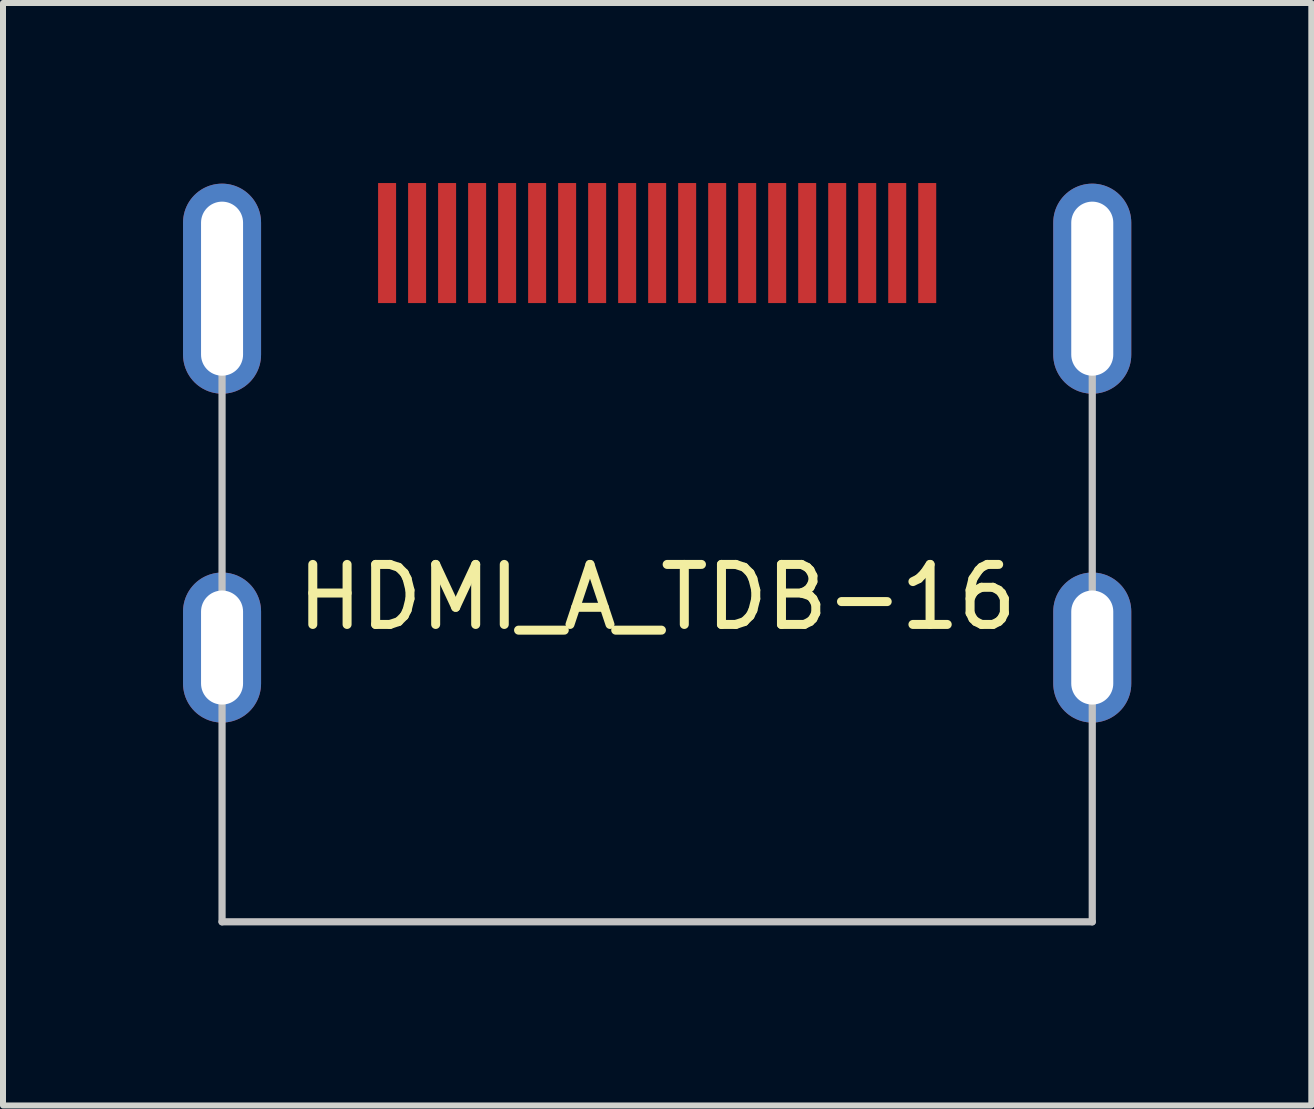
<source format=kicad_pcb>
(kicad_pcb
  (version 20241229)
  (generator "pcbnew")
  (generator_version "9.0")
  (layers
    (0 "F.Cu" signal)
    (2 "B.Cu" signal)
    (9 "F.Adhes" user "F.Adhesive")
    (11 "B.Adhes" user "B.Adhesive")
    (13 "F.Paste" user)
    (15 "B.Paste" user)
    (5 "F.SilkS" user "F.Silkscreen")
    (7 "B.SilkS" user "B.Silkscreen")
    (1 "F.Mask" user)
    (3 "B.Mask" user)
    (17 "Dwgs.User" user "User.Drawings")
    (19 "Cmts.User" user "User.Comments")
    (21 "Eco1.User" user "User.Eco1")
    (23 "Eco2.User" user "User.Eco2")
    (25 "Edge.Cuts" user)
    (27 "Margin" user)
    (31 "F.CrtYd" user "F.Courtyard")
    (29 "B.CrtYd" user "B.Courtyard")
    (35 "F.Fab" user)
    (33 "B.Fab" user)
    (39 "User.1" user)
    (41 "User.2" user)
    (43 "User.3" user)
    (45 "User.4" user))
  (footprint "HDMI_A_TDB-16"
    (layer "F.Cu")
    (at 7.9 6.2)
    (property "Reference" "HDMI_A_TDB-16" (at 0 0.7 0) (unlocked yes) (layer "F.SilkS") (effects (font (size 1 1) (thickness 0.15))))
    (attr smd)
    (fp_line (start -7.25 1.54) (end -7.25 -5.79) (stroke (width 0.12) (type default)) (layer "Dwgs.User"))
    (fp_line (start -7.25 1.54) (end -7.25 6.11) (stroke (width 0.12) (type default)) (layer "Dwgs.User"))
    (fp_line (start -7.25 6.11) (end 7.25 6.11) (stroke (width 0.12) (type default)) (layer "Dwgs.User"))
    (fp_line (start 7.25 1.54) (end 7.25 -5.79) (stroke (width 0.12) (type default)) (layer "Dwgs.User"))
    (fp_line (start 7.25 1.54) (end 7.25 6.11) (stroke (width 0.12) (type default)) (layer "Dwgs.User"))
    (pad "1" smd rect (at 4.5 -5.2) (size 0.3 2) (layers "F.Cu" "F.Mask" "F.Paste"))
    (pad "2" smd rect (at 4 -5.2) (size 0.3 2) (layers "F.Cu" "F.Mask" "F.Paste"))
    (pad "3" smd rect (at 3.5 -5.2) (size 0.3 2) (layers "F.Cu" "F.Mask" "F.Paste"))
    (pad "4" smd rect (at 3 -5.2) (size 0.3 2) (layers "F.Cu" "F.Mask" "F.Paste"))
    (pad "5" smd rect (at 2.5 -5.2) (size 0.3 2) (layers "F.Cu" "F.Mask" "F.Paste"))
    (pad "6" smd rect (at 2 -5.2) (size 0.3 2) (layers "F.Cu" "F.Mask" "F.Paste"))
    (pad "7" smd rect (at 1.5 -5.2) (size 0.3 2) (layers "F.Cu" "F.Mask" "F.Paste"))
    (pad "8" smd rect (at 1 -5.2) (size 0.3 2) (layers "F.Cu" "F.Mask" "F.Paste"))
    (pad "9" smd rect (at 0.5 -5.2) (size 0.3 2) (layers "F.Cu" "F.Mask" "F.Paste"))
    (pad "10" smd rect (at 0 -5.2) (size 0.3 2) (layers "F.Cu" "F.Mask" "F.Paste"))
    (pad "11" smd rect (at -0.5 -5.2) (size 0.3 2) (layers "F.Cu" "F.Mask" "F.Paste"))
    (pad "12" smd rect (at -1 -5.2) (size 0.3 2) (layers "F.Cu" "F.Mask" "F.Paste"))
    (pad "13" smd rect (at -1.5 -5.2) (size 0.3 2) (layers "F.Cu" "F.Mask" "F.Paste"))
    (pad "14" smd rect (at -2 -5.2) (size 0.3 2) (layers "F.Cu" "F.Mask" "F.Paste"))
    (pad "15" smd rect (at -2.5 -5.2) (size 0.3 2) (layers "F.Cu" "F.Mask" "F.Paste"))
    (pad "16" smd rect (at -3 -5.2) (size 0.3 2) (layers "F.Cu" "F.Mask" "F.Paste"))
    (pad "17" smd rect (at -3.5 -5.2) (size 0.3 2) (layers "F.Cu" "F.Mask" "F.Paste"))
    (pad "18" smd rect (at -4 -5.2) (size 0.3 2) (layers "F.Cu" "F.Mask" "F.Paste"))
    (pad "19" smd rect (at -4.5 -5.2) (size 0.3 2) (layers "F.Cu" "F.Mask" "F.Paste"))
    (pad "20" thru_hole oval (at -7.25 -4.44 90) (size 3.5 1.3) (drill oval 2.9 0.7) (layers "*.Cu" "*.Mask"))
    (pad "20" thru_hole oval (at 7.25 -4.44 90) (size 3.5 1.3) (drill oval 2.9 0.7) (layers "*.Cu" "*.Mask"))
    (pad "21" thru_hole oval (at -7.25 1.54 90) (size 2.5 1.3) (drill oval 1.9 0.7) (layers "*.Cu" "*.Mask"))
    (pad "21" thru_hole oval (at 7.25 1.54 90) (size 2.5 1.3) (drill oval 1.9 0.7) (layers "*.Cu" "*.Mask")))
  (gr_rect
    (start -3 -3)
    (end 18.8 15.37)
    (stroke (width 0.1) (type default))
    (fill no)
    (layer "Edge.Cuts")))
</source>
